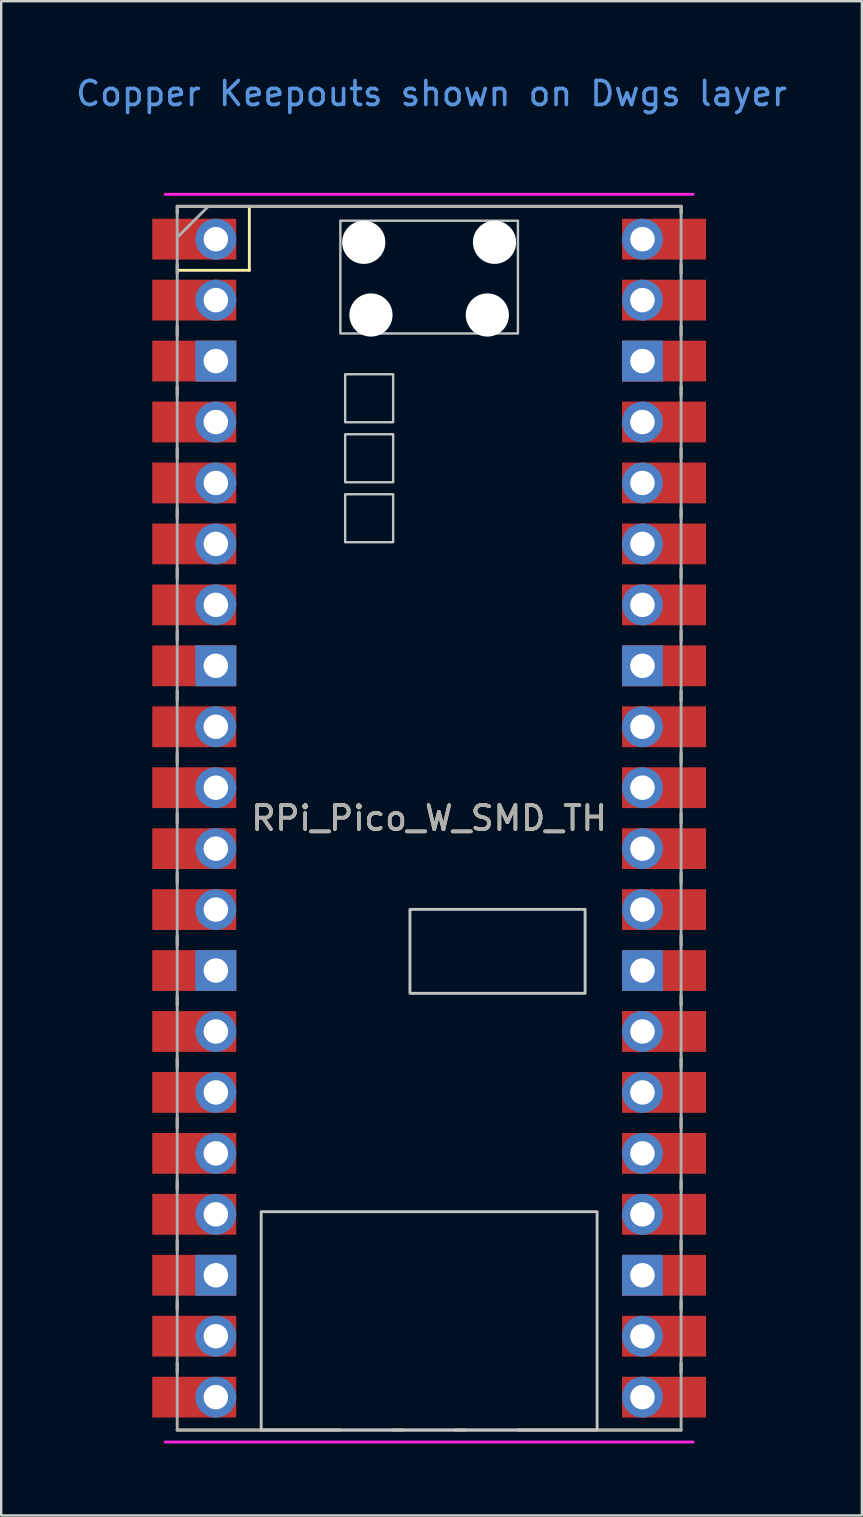
<source format=kicad_pcb>
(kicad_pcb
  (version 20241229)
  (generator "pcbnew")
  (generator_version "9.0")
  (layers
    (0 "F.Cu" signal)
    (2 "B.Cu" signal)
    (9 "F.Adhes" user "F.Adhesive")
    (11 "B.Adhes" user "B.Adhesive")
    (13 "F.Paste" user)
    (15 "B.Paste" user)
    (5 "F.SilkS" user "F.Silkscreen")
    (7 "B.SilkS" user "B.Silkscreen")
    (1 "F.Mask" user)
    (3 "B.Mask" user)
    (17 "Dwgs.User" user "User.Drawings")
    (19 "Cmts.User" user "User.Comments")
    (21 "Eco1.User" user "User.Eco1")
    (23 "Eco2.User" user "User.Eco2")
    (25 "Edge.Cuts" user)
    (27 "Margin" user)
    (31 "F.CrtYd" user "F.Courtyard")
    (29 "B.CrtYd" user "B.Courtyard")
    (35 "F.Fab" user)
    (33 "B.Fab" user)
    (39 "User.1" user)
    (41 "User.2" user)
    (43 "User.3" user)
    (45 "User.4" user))
  (footprint "RPi_Pico_W_SMD_TH"
    (layer "F.Cu")
    (at 14.835 31.048)
    (property "Reference" "RPi_Pico_W_SMD_TH" (at 0 0 0) (layer "F.SilkS") (effects (font (size 1 1) (thickness 0.15))))
    (attr smd)
    (fp_line (start -10.5 -25.5) (end -10.5 -25.2) (stroke (width 0.12) (type solid)) (layer "F.SilkS"))
    (fp_line (start -10.5 -25.5) (end 10.5 -25.5) (stroke (width 0.12) (type solid)) (layer "F.SilkS"))
    (fp_line (start -10.5 -23.1) (end -10.5 -22.7) (stroke (width 0.12) (type solid)) (layer "F.SilkS"))
    (fp_line (start -10.5 -22.833) (end -7.493 -22.833) (stroke (width 0.12) (type solid)) (layer "F.SilkS"))
    (fp_line (start -10.5 -20.5) (end -10.5 -20.1) (stroke (width 0.12) (type solid)) (layer "F.SilkS"))
    (fp_line (start -10.5 -18) (end -10.5 -17.6) (stroke (width 0.12) (type solid)) (layer "F.SilkS"))
    (fp_line (start -10.5 -15.4) (end -10.5 -15) (stroke (width 0.12) (type solid)) (layer "F.SilkS"))
    (fp_line (start -10.5 -12.9) (end -10.5 -12.5) (stroke (width 0.12) (type solid)) (layer "F.SilkS"))
    (fp_line (start -10.5 -10.4) (end -10.5 -10) (stroke (width 0.12) (type solid)) (layer "F.SilkS"))
    (fp_line (start -10.5 -7.8) (end -10.5 -7.4) (stroke (width 0.12) (type solid)) (layer "F.SilkS"))
    (fp_line (start -10.5 -5.3) (end -10.5 -4.9) (stroke (width 0.12) (type solid)) (layer "F.SilkS"))
    (fp_line (start -10.5 -2.7) (end -10.5 -2.3) (stroke (width 0.12) (type solid)) (layer "F.SilkS"))
    (fp_line (start -10.5 -0.2) (end -10.5 0.2) (stroke (width 0.12) (type solid)) (layer "F.SilkS"))
    (fp_line (start -10.5 2.3) (end -10.5 2.7) (stroke (width 0.12) (type solid)) (layer "F.SilkS"))
    (fp_line (start -10.5 4.9) (end -10.5 5.3) (stroke (width 0.12) (type solid)) (layer "F.SilkS"))
    (fp_line (start -10.5 7.4) (end -10.5 7.8) (stroke (width 0.12) (type solid)) (layer "F.SilkS"))
    (fp_line (start -10.5 10) (end -10.5 10.4) (stroke (width 0.12) (type solid)) (layer "F.SilkS"))
    (fp_line (start -10.5 12.5) (end -10.5 12.9) (stroke (width 0.12) (type solid)) (layer "F.SilkS"))
    (fp_line (start -10.5 15.1) (end -10.5 15.5) (stroke (width 0.12) (type solid)) (layer "F.SilkS"))
    (fp_line (start -10.5 17.6) (end -10.5 18) (stroke (width 0.12) (type solid)) (layer "F.SilkS"))
    (fp_line (start -10.5 20.1) (end -10.5 20.5) (stroke (width 0.12) (type solid)) (layer "F.SilkS"))
    (fp_line (start -10.5 22.7) (end -10.5 23.1) (stroke (width 0.12) (type solid)) (layer "F.SilkS"))
    (fp_line (start -7.493 -22.833) (end -7.493 -25.5) (stroke (width 0.12) (type solid)) (layer "F.SilkS"))
    (fp_line (start -3.7 25.5) (end -10.5 25.5) (stroke (width 0.12) (type solid)) (layer "F.SilkS"))
    (fp_line (start -1.5 25.5) (end -1.1 25.5) (stroke (width 0.12) (type solid)) (layer "F.SilkS"))
    (fp_line (start 1.1 25.5) (end 1.5 25.5) (stroke (width 0.12) (type solid)) (layer "F.SilkS"))
    (fp_line (start 10.5 -25.5) (end 10.5 -25.2) (stroke (width 0.12) (type solid)) (layer "F.SilkS"))
    (fp_line (start 10.5 -23.1) (end 10.5 -22.7) (stroke (width 0.12) (type solid)) (layer "F.SilkS"))
    (fp_line (start 10.5 -20.5) (end 10.5 -20.1) (stroke (width 0.12) (type solid)) (layer "F.SilkS"))
    (fp_line (start 10.5 -18) (end 10.5 -17.6) (stroke (width 0.12) (type solid)) (layer "F.SilkS"))
    (fp_line (start 10.5 -15.4) (end 10.5 -15) (stroke (width 0.12) (type solid)) (layer "F.SilkS"))
    (fp_line (start 10.5 -12.9) (end 10.5 -12.5) (stroke (width 0.12) (type solid)) (layer "F.SilkS"))
    (fp_line (start 10.5 -10.4) (end 10.5 -10) (stroke (width 0.12) (type solid)) (layer "F.SilkS"))
    (fp_line (start 10.5 -7.8) (end 10.5 -7.4) (stroke (width 0.12) (type solid)) (layer "F.SilkS"))
    (fp_line (start 10.5 -5.3) (end 10.5 -4.9) (stroke (width 0.12) (type solid)) (layer "F.SilkS"))
    (fp_line (start 10.5 -2.7) (end 10.5 -2.3) (stroke (width 0.12) (type solid)) (layer "F.SilkS"))
    (fp_line (start 10.5 -0.2) (end 10.5 0.2) (stroke (width 0.12) (type solid)) (layer "F.SilkS"))
    (fp_line (start 10.5 2.3) (end 10.5 2.7) (stroke (width 0.12) (type solid)) (layer "F.SilkS"))
    (fp_line (start 10.5 4.9) (end 10.5 5.3) (stroke (width 0.12) (type solid)) (layer "F.SilkS"))
    (fp_line (start 10.5 7.4) (end 10.5 7.8) (stroke (width 0.12) (type solid)) (layer "F.SilkS"))
    (fp_line (start 10.5 10) (end 10.5 10.4) (stroke (width 0.12) (type solid)) (layer "F.SilkS"))
    (fp_line (start 10.5 12.5) (end 10.5 12.9) (stroke (width 0.12) (type solid)) (layer "F.SilkS"))
    (fp_line (start 10.5 15.1) (end 10.5 15.5) (stroke (width 0.12) (type solid)) (layer "F.SilkS"))
    (fp_line (start 10.5 17.6) (end 10.5 18) (stroke (width 0.12) (type solid)) (layer "F.SilkS"))
    (fp_line (start 10.5 20.1) (end 10.5 20.5) (stroke (width 0.12) (type solid)) (layer "F.SilkS"))
    (fp_line (start 10.5 22.7) (end 10.5 23.1) (stroke (width 0.12) (type solid)) (layer "F.SilkS"))
    (fp_line (start 10.5 25.5) (end 3.7 25.5) (stroke (width 0.12) (type solid)) (layer "F.SilkS"))
    (fp_rect (start -7 16.4) (end 7 25.5) (stroke (width 0.12) (type solid)) (fill no) (layer "Dwgs.User"))
    (fp_rect (start -0.8 3.8) (end 6.5 7.3) (stroke (width 0.12) (type solid)) (fill no) (layer "Dwgs.User"))
    (fp_poly (pts (xy -1.5 -16.5) (xy -3.5 -16.5) (xy -3.5 -18.5) (xy -1.5 -18.5)) (stroke (width 0.1) (type solid)) (fill no) (layer "Dwgs.User"))
    (fp_poly (pts (xy -1.5 -14) (xy -3.5 -14) (xy -3.5 -16) (xy -1.5 -16)) (stroke (width 0.1) (type solid)) (fill no) (layer "Dwgs.User"))
    (fp_poly (pts (xy -1.5 -11.5) (xy -3.5 -11.5) (xy -3.5 -13.5) (xy -1.5 -13.5)) (stroke (width 0.1) (type solid)) (fill no) (layer "Dwgs.User"))
    (fp_poly (pts (xy 3.7 -20.2) (xy -3.7 -20.2) (xy -3.7 -24.9) (xy 3.7 -24.9)) (stroke (width 0.1) (type solid)) (fill no) (layer "Dwgs.User"))
    (fp_line (start -11 -26) (end 11 -26) (stroke (width 0.12) (type solid)) (layer "F.CrtYd"))
    (fp_line (start 11 26) (end -11 26) (stroke (width 0.12) (type solid)) (layer "F.CrtYd"))
    (fp_line (start -10.5 -25.5) (end 10.5 -25.5) (stroke (width 0.12) (type solid)) (layer "F.Fab"))
    (fp_line (start -10.5 -24.2) (end -9.2 -25.5) (stroke (width 0.12) (type solid)) (layer "F.Fab"))
    (fp_line (start -10.5 25.5) (end -10.5 -25.5) (stroke (width 0.12) (type solid)) (layer "F.Fab"))
    (fp_line (start 10.5 -25.5) (end 10.5 25.5) (stroke (width 0.12) (type solid)) (layer "F.Fab"))
    (fp_line (start 10.5 25.5) (end -10.5 25.5) (stroke (width 0.12) (type solid)) (layer "F.Fab"))
    (fp_text user "Copper Keepouts shown on Dwgs layer" (at 0.1 -30.2 0) (layer "Cmts.User") (effects (font (size 1 1) (thickness 0.15))))
    (fp_text user "${REFERENCE}" (at 0 0 180) (layer "F.Fab") (effects (font (size 1 1) (thickness 0.15))))
    (pad "" np_thru_hole oval (at -2.725 -24) (size 1.8 1.8) (drill 1.8) (layers "*.Cu" "*.Mask"))
    (pad "" np_thru_hole oval (at -2.425 -20.97) (size 1.8 1.8) (drill 1.8) (layers "*.Cu" "*.Mask"))
    (pad "" np_thru_hole oval (at 2.425 -20.97) (size 1.8 1.8) (drill 1.8) (layers "*.Cu" "*.Mask"))
    (pad "" np_thru_hole oval (at 2.725 -24) (size 1.8 1.8) (drill 1.8) (layers "*.Cu" "*.Mask"))
    (pad "1" thru_hole oval (at -8.89 -24.13) (size 1.7 1.7) (drill 1.02) (layers "*.Cu" "*.Mask"))
    (pad "1" smd rect (at -8.89 -24.13) (size 3.5 1.7) (drill (offset -0.9 0)) (layers "F.Cu" "F.Mask"))
    (pad "2" thru_hole oval (at -8.89 -21.59) (size 1.7 1.7) (drill 1.02) (layers "*.Cu" "*.Mask"))
    (pad "2" smd rect (at -8.89 -21.59) (size 3.5 1.7) (drill (offset -0.9 0)) (layers "F.Cu" "F.Mask"))
    (pad "3" thru_hole rect (at -8.89 -19.05) (size 1.7 1.7) (drill 1.02) (layers "*.Cu" "*.Mask"))
    (pad "3" smd rect (at -8.89 -19.05) (size 3.5 1.7) (drill (offset -0.9 0)) (layers "F.Cu" "F.Mask"))
    (pad "4" thru_hole oval (at -8.89 -16.51) (size 1.7 1.7) (drill 1.02) (layers "*.Cu" "*.Mask"))
    (pad "4" smd rect (at -8.89 -16.51) (size 3.5 1.7) (drill (offset -0.9 0)) (layers "F.Cu" "F.Mask"))
    (pad "5" thru_hole oval (at -8.89 -13.97) (size 1.7 1.7) (drill 1.02) (layers "*.Cu" "*.Mask"))
    (pad "5" smd rect (at -8.89 -13.97) (size 3.5 1.7) (drill (offset -0.9 0)) (layers "F.Cu" "F.Mask"))
    (pad "6" thru_hole oval (at -8.89 -11.43) (size 1.7 1.7) (drill 1.02) (layers "*.Cu" "*.Mask"))
    (pad "6" smd rect (at -8.89 -11.43) (size 3.5 1.7) (drill (offset -0.9 0)) (layers "F.Cu" "F.Mask"))
    (pad "7" thru_hole oval (at -8.89 -8.89) (size 1.7 1.7) (drill 1.02) (layers "*.Cu" "*.Mask"))
    (pad "7" smd rect (at -8.89 -8.89) (size 3.5 1.7) (drill (offset -0.9 0)) (layers "F.Cu" "F.Mask"))
    (pad "8" thru_hole rect (at -8.89 -6.35) (size 1.7 1.7) (drill 1.02) (layers "*.Cu" "*.Mask"))
    (pad "8" smd rect (at -8.89 -6.35) (size 3.5 1.7) (drill (offset -0.9 0)) (layers "F.Cu" "F.Mask"))
    (pad "9" thru_hole oval (at -8.89 -3.81) (size 1.7 1.7) (drill 1.02) (layers "*.Cu" "*.Mask"))
    (pad "9" smd rect (at -8.89 -3.81) (size 3.5 1.7) (drill (offset -0.9 0)) (layers "F.Cu" "F.Mask"))
    (pad "10" thru_hole oval (at -8.89 -1.27) (size 1.7 1.7) (drill 1.02) (layers "*.Cu" "*.Mask"))
    (pad "10" smd rect (at -8.89 -1.27) (size 3.5 1.7) (drill (offset -0.9 0)) (layers "F.Cu" "F.Mask"))
    (pad "11" thru_hole oval (at -8.89 1.27) (size 1.7 1.7) (drill 1.02) (layers "*.Cu" "*.Mask"))
    (pad "11" smd rect (at -8.89 1.27) (size 3.5 1.7) (drill (offset -0.9 0)) (layers "F.Cu" "F.Mask"))
    (pad "12" thru_hole oval (at -8.89 3.81) (size 1.7 1.7) (drill 1.02) (layers "*.Cu" "*.Mask"))
    (pad "12" smd rect (at -8.89 3.81) (size 3.5 1.7) (drill (offset -0.9 0)) (layers "F.Cu" "F.Mask"))
    (pad "13" thru_hole rect (at -8.89 6.35) (size 1.7 1.7) (drill 1.02) (layers "*.Cu" "*.Mask"))
    (pad "13" smd rect (at -8.89 6.35) (size 3.5 1.7) (drill (offset -0.9 0)) (layers "F.Cu" "F.Mask"))
    (pad "14" thru_hole oval (at -8.89 8.89) (size 1.7 1.7) (drill 1.02) (layers "*.Cu" "*.Mask"))
    (pad "14" smd rect (at -8.89 8.89) (size 3.5 1.7) (drill (offset -0.9 0)) (layers "F.Cu" "F.Mask"))
    (pad "15" thru_hole oval (at -8.89 11.43) (size 1.7 1.7) (drill 1.02) (layers "*.Cu" "*.Mask"))
    (pad "15" smd rect (at -8.89 11.43) (size 3.5 1.7) (drill (offset -0.9 0)) (layers "F.Cu" "F.Mask"))
    (pad "16" thru_hole oval (at -8.89 13.97) (size 1.7 1.7) (drill 1.02) (layers "*.Cu" "*.Mask"))
    (pad "16" smd rect (at -8.89 13.97) (size 3.5 1.7) (drill (offset -0.9 0)) (layers "F.Cu" "F.Mask"))
    (pad "17" thru_hole oval (at -8.89 16.51) (size 1.7 1.7) (drill 1.02) (layers "*.Cu" "*.Mask"))
    (pad "17" smd rect (at -8.89 16.51) (size 3.5 1.7) (drill (offset -0.9 0)) (layers "F.Cu" "F.Mask"))
    (pad "18" thru_hole rect (at -8.89 19.05) (size 1.7 1.7) (drill 1.02) (layers "*.Cu" "*.Mask"))
    (pad "18" smd rect (at -8.89 19.05) (size 3.5 1.7) (drill (offset -0.9 0)) (layers "F.Cu" "F.Mask"))
    (pad "19" thru_hole oval (at -8.89 21.59) (size 1.7 1.7) (drill 1.02) (layers "*.Cu" "*.Mask"))
    (pad "19" smd rect (at -8.89 21.59) (size 3.5 1.7) (drill (offset -0.9 0)) (layers "F.Cu" "F.Mask"))
    (pad "20" thru_hole oval (at -8.89 24.13) (size 1.7 1.7) (drill 1.02) (layers "*.Cu" "*.Mask"))
    (pad "20" smd rect (at -8.89 24.13) (size 3.5 1.7) (drill (offset -0.9 0)) (layers "F.Cu" "F.Mask"))
    (pad "21" thru_hole oval (at 8.89 24.13) (size 1.7 1.7) (drill 1.02) (layers "*.Cu" "*.Mask"))
    (pad "21" smd rect (at 8.89 24.13) (size 3.5 1.7) (drill (offset 0.9 0)) (layers "F.Cu" "F.Mask"))
    (pad "22" thru_hole oval (at 8.89 21.59) (size 1.7 1.7) (drill 1.02) (layers "*.Cu" "*.Mask"))
    (pad "22" smd rect (at 8.89 21.59) (size 3.5 1.7) (drill (offset 0.9 0)) (layers "F.Cu" "F.Mask"))
    (pad "23" thru_hole rect (at 8.89 19.05) (size 1.7 1.7) (drill 1.02) (layers "*.Cu" "*.Mask"))
    (pad "23" smd rect (at 8.89 19.05) (size 3.5 1.7) (drill (offset 0.9 0)) (layers "F.Cu" "F.Mask"))
    (pad "24" thru_hole oval (at 8.89 16.51) (size 1.7 1.7) (drill 1.02) (layers "*.Cu" "*.Mask"))
    (pad "24" smd rect (at 8.89 16.51) (size 3.5 1.7) (drill (offset 0.9 0)) (layers "F.Cu" "F.Mask"))
    (pad "25" thru_hole oval (at 8.89 13.97) (size 1.7 1.7) (drill 1.02) (layers "*.Cu" "*.Mask"))
    (pad "25" smd rect (at 8.89 13.97) (size 3.5 1.7) (drill (offset 0.9 0)) (layers "F.Cu" "F.Mask"))
    (pad "26" thru_hole oval (at 8.89 11.43) (size 1.7 1.7) (drill 1.02) (layers "*.Cu" "*.Mask"))
    (pad "26" smd rect (at 8.89 11.43) (size 3.5 1.7) (drill (offset 0.9 0)) (layers "F.Cu" "F.Mask"))
    (pad "27" thru_hole oval (at 8.89 8.89) (size 1.7 1.7) (drill 1.02) (layers "*.Cu" "*.Mask"))
    (pad "27" smd rect (at 8.89 8.89) (size 3.5 1.7) (drill (offset 0.9 0)) (layers "F.Cu" "F.Mask"))
    (pad "28" thru_hole rect (at 8.89 6.35) (size 1.7 1.7) (drill 1.02) (layers "*.Cu" "*.Mask"))
    (pad "28" smd rect (at 8.89 6.35) (size 3.5 1.7) (drill (offset 0.9 0)) (layers "F.Cu" "F.Mask"))
    (pad "29" thru_hole oval (at 8.89 3.81) (size 1.7 1.7) (drill 1.02) (layers "*.Cu" "*.Mask"))
    (pad "29" smd rect (at 8.89 3.81) (size 3.5 1.7) (drill (offset 0.9 0)) (layers "F.Cu" "F.Mask"))
    (pad "30" thru_hole oval (at 8.89 1.27) (size 1.7 1.7) (drill 1.02) (layers "*.Cu" "*.Mask"))
    (pad "30" smd rect (at 8.89 1.27) (size 3.5 1.7) (drill (offset 0.9 0)) (layers "F.Cu" "F.Mask"))
    (pad "31" thru_hole oval (at 8.89 -1.27) (size 1.7 1.7) (drill 1.02) (layers "*.Cu" "*.Mask"))
    (pad "31" smd rect (at 8.89 -1.27) (size 3.5 1.7) (drill (offset 0.9 0)) (layers "F.Cu" "F.Mask"))
    (pad "32" thru_hole oval (at 8.89 -3.81) (size 1.7 1.7) (drill 1.02) (layers "*.Cu" "*.Mask"))
    (pad "32" smd rect (at 8.89 -3.81) (size 3.5 1.7) (drill (offset 0.9 0)) (layers "F.Cu" "F.Mask"))
    (pad "33" thru_hole rect (at 8.89 -6.35) (size 1.7 1.7) (drill 1.02) (layers "*.Cu" "*.Mask"))
    (pad "33" smd rect (at 8.89 -6.35) (size 3.5 1.7) (drill (offset 0.9 0)) (layers "F.Cu" "F.Mask"))
    (pad "34" thru_hole oval (at 8.89 -8.89) (size 1.7 1.7) (drill 1.02) (layers "*.Cu" "*.Mask"))
    (pad "34" smd rect (at 8.89 -8.89) (size 3.5 1.7) (drill (offset 0.9 0)) (layers "F.Cu" "F.Mask"))
    (pad "35" thru_hole oval (at 8.89 -11.43) (size 1.7 1.7) (drill 1.02) (layers "*.Cu" "*.Mask"))
    (pad "35" smd rect (at 8.89 -11.43) (size 3.5 1.7) (drill (offset 0.9 0)) (layers "F.Cu" "F.Mask"))
    (pad "36" thru_hole oval (at 8.89 -13.97) (size 1.7 1.7) (drill 1.02) (layers "*.Cu" "*.Mask"))
    (pad "36" smd rect (at 8.89 -13.97) (size 3.5 1.7) (drill (offset 0.9 0)) (layers "F.Cu" "F.Mask"))
    (pad "37" thru_hole oval (at 8.89 -16.51) (size 1.7 1.7) (drill 1.02) (layers "*.Cu" "*.Mask"))
    (pad "37" smd rect (at 8.89 -16.51) (size 3.5 1.7) (drill (offset 0.9 0)) (layers "F.Cu" "F.Mask"))
    (pad "38" thru_hole rect (at 8.89 -19.05) (size 1.7 1.7) (drill 1.02) (layers "*.Cu" "*.Mask"))
    (pad "38" smd rect (at 8.89 -19.05) (size 3.5 1.7) (drill (offset 0.9 0)) (layers "F.Cu" "F.Mask"))
    (pad "39" thru_hole oval (at 8.89 -21.59) (size 1.7 1.7) (drill 1.02) (layers "*.Cu" "*.Mask"))
    (pad "39" smd rect (at 8.89 -21.59) (size 3.5 1.7) (drill (offset 0.9 0)) (layers "F.Cu" "F.Mask"))
    (pad "40" thru_hole oval (at 8.89 -24.13) (size 1.7 1.7) (drill 1.02) (layers "*.Cu" "*.Mask"))
    (pad "40" smd rect (at 8.89 -24.13) (size 3.5 1.7) (drill (offset 0.9 0)) (layers "F.Cu" "F.Mask")))
  (gr_rect
    (start -3 -3)
    (end 32.869 60.108)
    (stroke (width 0.1) (type default))
    (fill no)
    (layer "Edge.Cuts")))
</source>
